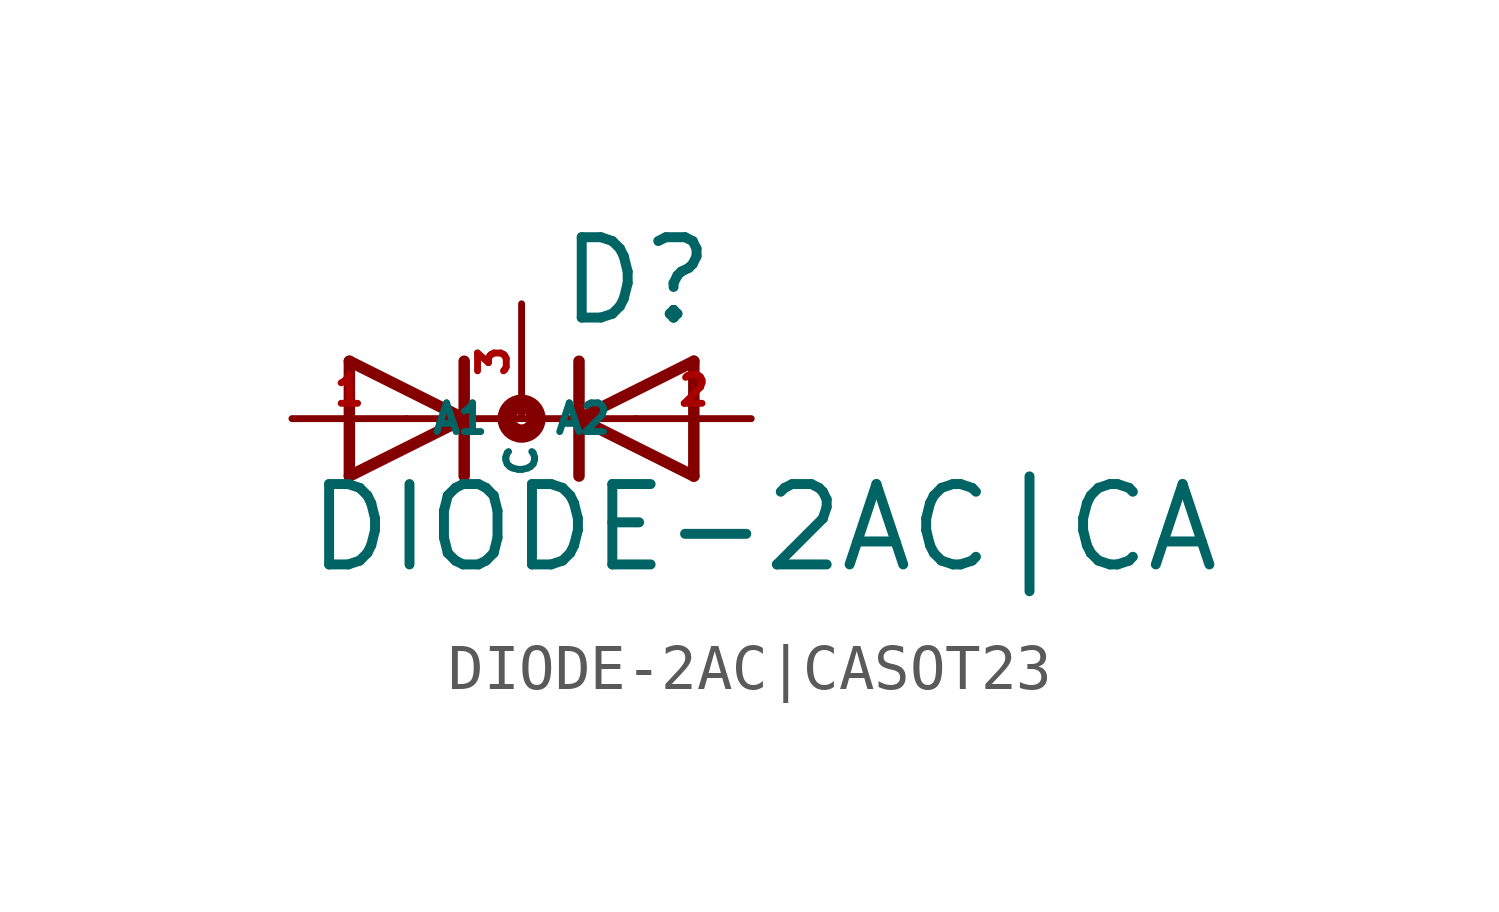
<source format=kicad_sym>
(kicad_symbol_lib
  (version 20220914)
  (generator Eagle2Kicad)
  (symbol "DIODE-2AC|CASOT23"
    (property "Reference" "D"
      (at 0.762 2.007 0)
      (effects (font (size 1.778 1.778) (thickness 0.22)) (justify left bottom)))
    (property "Value" "DIODE-2AC|CA"
      (at -4.826 -3.454 0)
      (effects (font (size 1.778 1.778) (thickness 0.22)) (justify left bottom)))
    (polyline
      (pts (xy -3.81 -1.27) (xy -1.27 0))
      (stroke (width 0.254) (type default))
      (fill (type none)))
    (polyline
      (pts (xy -1.27 0) (xy -3.81 1.27))
      (stroke (width 0.254) (type default))
      (fill (type none)))
    (polyline
      (pts (xy -1.27 1.27) (xy -1.27 0))
      (stroke (width 0.254) (type default))
      (fill (type none)))
    (polyline
      (pts (xy -2.54 0) (xy -1.27 0))
      (stroke (width 0.152) (type default))
      (fill (type none)))
    (polyline
      (pts (xy -3.81 1.27) (xy -3.81 -1.27))
      (stroke (width 0.254) (type default))
      (fill (type none)))
    (polyline
      (pts (xy -1.27 0) (xy -1.27 -1.27))
      (stroke (width 0.254) (type default))
      (fill (type none)))
    (polyline
      (pts (xy 3.81 1.27) (xy 1.27 0))
      (stroke (width 0.254) (type default))
      (fill (type none)))
    (polyline
      (pts (xy 1.27 0) (xy 3.81 -1.27))
      (stroke (width 0.254) (type default))
      (fill (type none)))
    (polyline
      (pts (xy 1.27 -1.27) (xy 1.27 0))
      (stroke (width 0.254) (type default))
      (fill (type none)))
    (polyline
      (pts (xy -1.27 0) (xy 1.27 0))
      (stroke (width 0.152) (type default))
      (fill (type none)))
    (polyline
      (pts (xy 2.54 0) (xy 1.27 0))
      (stroke (width 0.152) (type default))
      (fill (type none)))
    (polyline
      (pts (xy 3.81 -1.27) (xy 3.81 1.27))
      (stroke (width 0.254) (type default))
      (fill (type none)))
    (polyline
      (pts (xy 1.27 0) (xy 1.27 1.27))
      (stroke (width 0.254) (type default))
      (fill (type none)))
    (circle
      (center 0 0)
      (radius 0.127)
      (stroke (width 0.406) (type default))
      (fill (type none)))
    (pin passive line
      (at -5.08 0 0)
      (length 2.54)
      (name "A1" (effects (font (size 0.635 0.635) (thickness 0.08)) (justify left bottom)))
      (number "1" (effects (font (size 0.635 0.635) (thickness 0.08)) (justify left bottom))))
    (pin passive line
      (at 5.08 0 180)
      (length 2.54)
      (name "A2" (effects (font (size 0.635 0.635) (thickness 0.08)) (justify left bottom)))
      (number "2" (effects (font (size 0.635 0.635) (thickness 0.08)) (justify left bottom))))
    (pin passive line
      (at 0 2.54 270)
      (length 2.54)
      (name "C" (effects (font (size 0.635 0.635) (thickness 0.08)) (justify left bottom)))
      (number "3" (effects (font (size 0.635 0.635) (thickness 0.08)) (justify left bottom))))))
</source>
